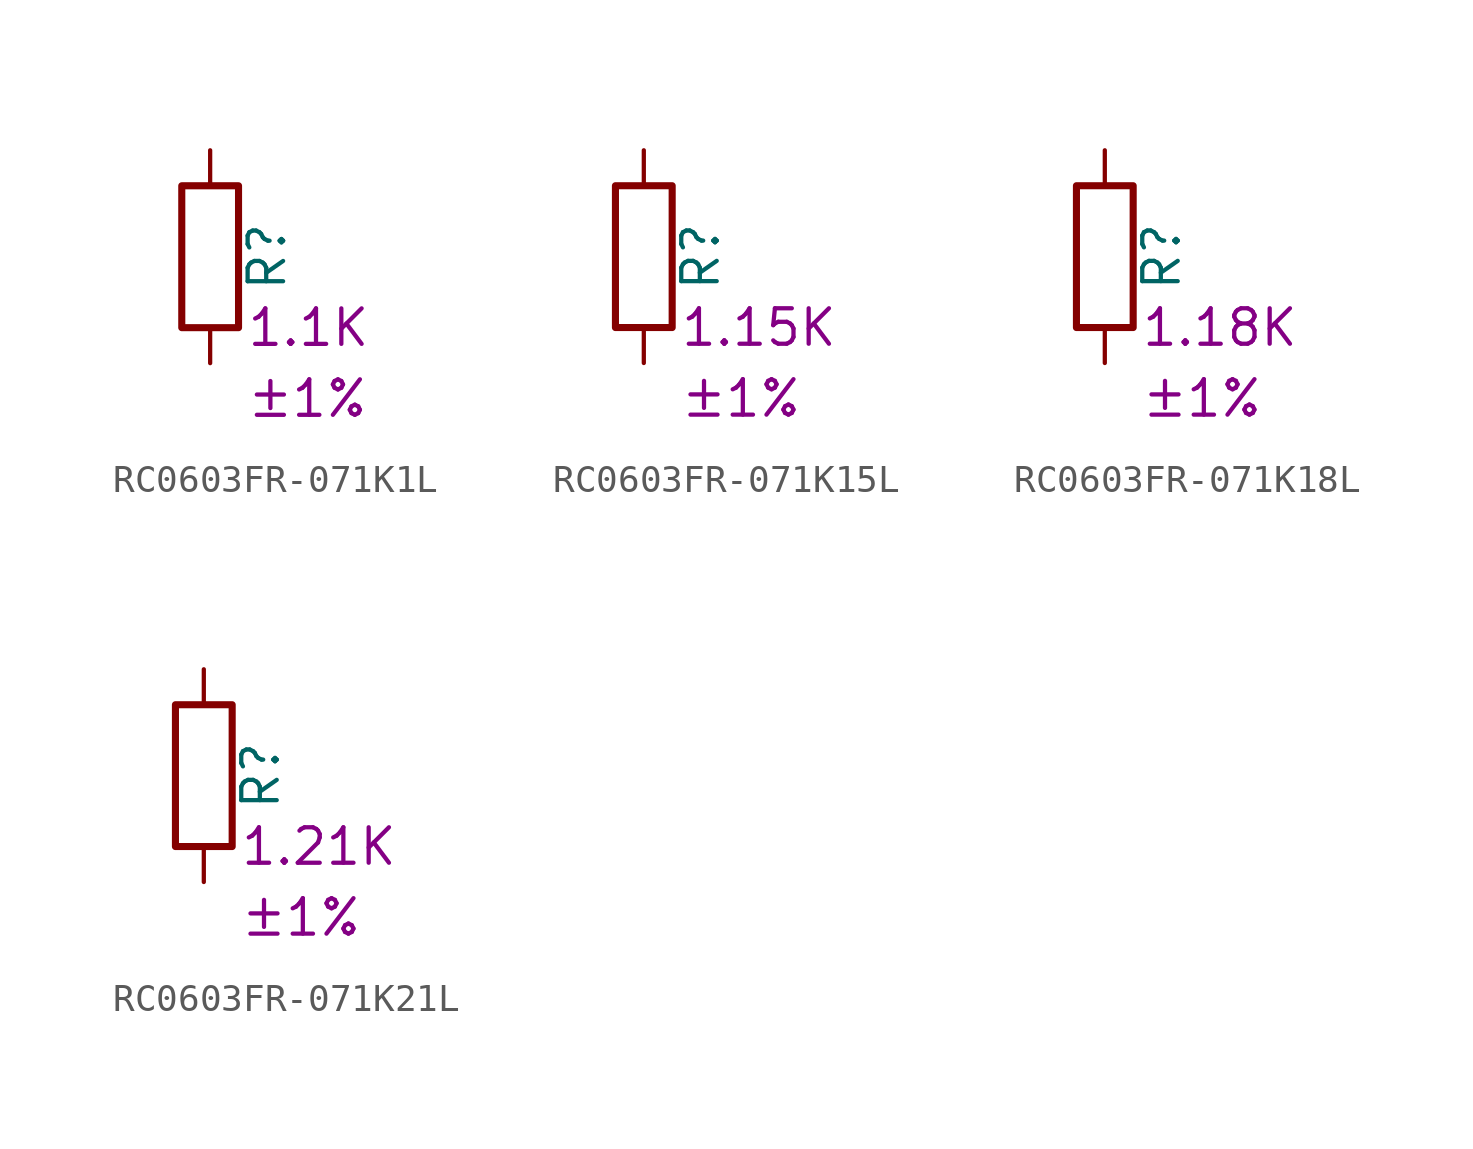
<source format=kicad_sym>
(kicad_symbol_lib
  (version 20220914)
  (generator kicad_symbol_editor)
  (symbol "RC0603FR-071K1L"
    (pin_numbers hide)
    (pin_names
      (offset 0))
    (property "Reference" "R"
      (at 2.032 0 90)
      (effects (font (size 1.27 1.27))))
    (property "Resistance" "1.1K"
      (at 1.27 -2.54 0)
      (effects (font (size 1.27 1.27)) (justify left)))
    (property "Tolerance" "±1%"
      (at 1.27 -5.08 0)
      (effects (font (size 1.27 1.27)) (justify left)))
    (symbol "RC0603FR-071K1L_0_1"
      (rectangle (start -1.016 -2.54) (end 1.016 2.54) (stroke (width 0.254) (type default)) (fill (type none))))
    (symbol "RC0603FR-071K1L_1_1"
      (pin passive line (at 0 3.81 270) (length 1.27) (name "~" (effects (font (size 1.27 1.27)))) (number "1" (effects (font (size 1.27 1.27)))))
      (pin passive line (at 0 -3.81 90) (length 1.27) (name "~" (effects (font (size 1.27 1.27)))) (number "2" (effects (font (size 1.27 1.27)))))))
  (symbol "RC0603FR-071K15L"
    (pin_numbers hide)
    (pin_names
      (offset 0))
    (property "Reference" "R"
      (at 2.032 0 90)
      (effects (font (size 1.27 1.27))))
    (property "Resistance" "1.15K"
      (at 1.27 -2.54 0)
      (effects (font (size 1.27 1.27)) (justify left)))
    (property "Tolerance" "±1%"
      (at 1.27 -5.08 0)
      (effects (font (size 1.27 1.27)) (justify left)))
    (symbol "RC0603FR-071K15L_0_1"
      (rectangle (start -1.016 -2.54) (end 1.016 2.54) (stroke (width 0.254) (type default)) (fill (type none))))
    (symbol "RC0603FR-071K15L_1_1"
      (pin passive line (at 0 3.81 270) (length 1.27) (name "~" (effects (font (size 1.27 1.27)))) (number "1" (effects (font (size 1.27 1.27)))))
      (pin passive line (at 0 -3.81 90) (length 1.27) (name "~" (effects (font (size 1.27 1.27)))) (number "2" (effects (font (size 1.27 1.27)))))))
  (symbol "RC0603FR-071K18L"
    (pin_numbers hide)
    (pin_names
      (offset 0))
    (property "Reference" "R"
      (at 2.032 0 90)
      (effects (font (size 1.27 1.27))))
    (property "Resistance" "1.18K"
      (at 1.27 -2.54 0)
      (effects (font (size 1.27 1.27)) (justify left)))
    (property "Tolerance" "±1%"
      (at 1.27 -5.08 0)
      (effects (font (size 1.27 1.27)) (justify left)))
    (symbol "RC0603FR-071K18L_0_1"
      (rectangle (start -1.016 -2.54) (end 1.016 2.54) (stroke (width 0.254) (type default)) (fill (type none))))
    (symbol "RC0603FR-071K18L_1_1"
      (pin passive line (at 0 3.81 270) (length 1.27) (name "~" (effects (font (size 1.27 1.27)))) (number "1" (effects (font (size 1.27 1.27)))))
      (pin passive line (at 0 -3.81 90) (length 1.27) (name "~" (effects (font (size 1.27 1.27)))) (number "2" (effects (font (size 1.27 1.27)))))))
  (symbol "RC0603FR-071K21L"
    (pin_numbers hide)
    (pin_names
      (offset 0))
    (property "Reference" "R"
      (at 2.032 0 90)
      (effects (font (size 1.27 1.27))))
    (property "Resistance" "1.21K"
      (at 1.27 -2.54 0)
      (effects (font (size 1.27 1.27)) (justify left)))
    (property "Tolerance" "±1%"
      (at 1.27 -5.08 0)
      (effects (font (size 1.27 1.27)) (justify left)))
    (symbol "RC0603FR-071K21L_0_1"
      (rectangle (start -1.016 -2.54) (end 1.016 2.54) (stroke (width 0.254) (type default)) (fill (type none))))
    (symbol "RC0603FR-071K21L_1_1"
      (pin passive line (at 0 3.81 270) (length 1.27) (name "~" (effects (font (size 1.27 1.27)))) (number "1" (effects (font (size 1.27 1.27)))))
      (pin passive line (at 0 -3.81 90) (length 1.27) (name "~" (effects (font (size 1.27 1.27)))) (number "2" (effects (font (size 1.27 1.27))))))))
</source>
